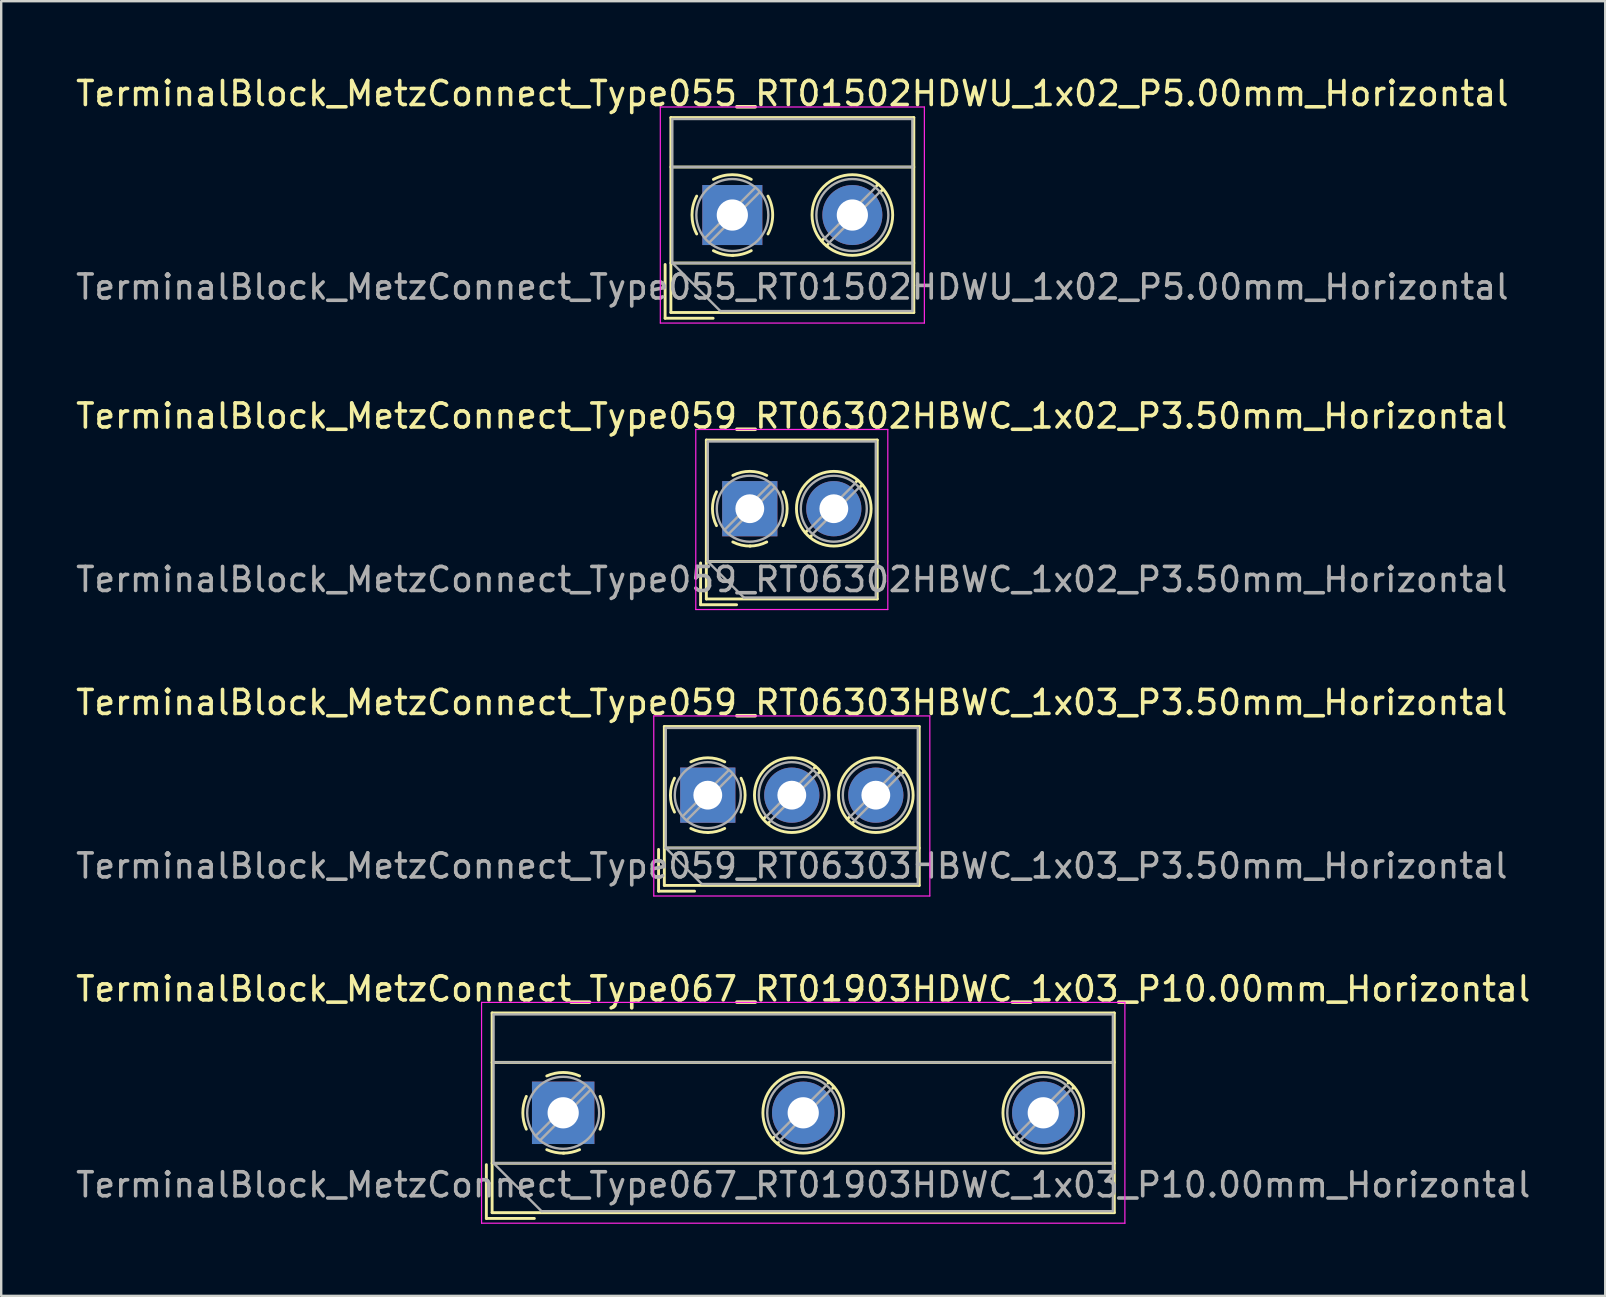
<source format=kicad_pcb>
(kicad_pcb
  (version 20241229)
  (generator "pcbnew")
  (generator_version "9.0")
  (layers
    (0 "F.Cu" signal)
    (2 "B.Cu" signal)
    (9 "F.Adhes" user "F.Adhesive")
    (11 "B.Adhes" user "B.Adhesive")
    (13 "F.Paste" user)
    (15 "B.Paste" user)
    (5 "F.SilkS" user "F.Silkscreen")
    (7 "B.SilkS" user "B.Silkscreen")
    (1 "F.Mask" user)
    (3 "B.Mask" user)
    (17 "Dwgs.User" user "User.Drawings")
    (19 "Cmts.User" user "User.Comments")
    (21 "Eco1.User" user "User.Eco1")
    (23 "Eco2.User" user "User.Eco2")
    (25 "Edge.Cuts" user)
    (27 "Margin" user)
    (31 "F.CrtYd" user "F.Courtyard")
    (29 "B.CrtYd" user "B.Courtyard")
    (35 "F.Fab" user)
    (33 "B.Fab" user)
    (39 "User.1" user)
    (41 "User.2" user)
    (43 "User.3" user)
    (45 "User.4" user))
  (footprint "TerminalBlock_MetzConnect_Type067_RT01903HDWC_1x03_P10.00mm_Horizontal"
    (layer "F.Cu")
    (at 20.411 43.308)
    (property "Reference" "TerminalBlock_MetzConnect_Type067_RT01903HDWC_1x03_P10.00mm_Horizontal" (at 10 -5.16 0) (layer "F.SilkS") (effects (font (size 1 1) (thickness 0.15))))
    (attr through_hole)
    (fp_line (start -3.2 2.16) (end -3.2 4.4) (stroke (width 0.12) (type solid)) (layer "F.SilkS"))
    (fp_line (start -3.2 4.4) (end -1.2 4.4) (stroke (width 0.12) (type solid)) (layer "F.SilkS"))
    (fp_line (start -2.96 -4.16) (end -2.96 4.16) (stroke (width 0.12) (type solid)) (layer "F.SilkS"))
    (fp_line (start -2.96 -4.16) (end 22.96 -4.16) (stroke (width 0.12) (type solid)) (layer "F.SilkS"))
    (fp_line (start -2.96 -2.1) (end 22.96 -2.1) (stroke (width 0.12) (type solid)) (layer "F.SilkS"))
    (fp_line (start -2.96 2.1) (end 22.96 2.1) (stroke (width 0.12) (type solid)) (layer "F.SilkS"))
    (fp_line (start -2.96 4.16) (end 22.96 4.16) (stroke (width 0.12) (type solid)) (layer "F.SilkS"))
    (fp_line (start 8.773 1.023) (end 8.726 1.069) (stroke (width 0.12) (type solid)) (layer "F.SilkS"))
    (fp_line (start 8.966 1.239) (end 8.931 1.274) (stroke (width 0.12) (type solid)) (layer "F.SilkS"))
    (fp_line (start 11.07 -1.275) (end 11.035 -1.239) (stroke (width 0.12) (type solid)) (layer "F.SilkS"))
    (fp_line (start 11.275 -1.069) (end 11.228 -1.023) (stroke (width 0.12) (type solid)) (layer "F.SilkS"))
    (fp_line (start 18.773 1.023) (end 18.726 1.069) (stroke (width 0.12) (type solid)) (layer "F.SilkS"))
    (fp_line (start 18.966 1.239) (end 18.931 1.274) (stroke (width 0.12) (type solid)) (layer "F.SilkS"))
    (fp_line (start 21.07 -1.275) (end 21.035 -1.239) (stroke (width 0.12) (type solid)) (layer "F.SilkS"))
    (fp_line (start 21.275 -1.069) (end 21.228 -1.023) (stroke (width 0.12) (type solid)) (layer "F.SilkS"))
    (fp_line (start 22.96 -4.16) (end 22.96 4.16) (stroke (width 0.12) (type solid)) (layer "F.SilkS"))
    (fp_arc (start -1.535427 0.683042) (mid -1.680501 -0.000524) (end -1.535 -0.684) (stroke (width 0.12) (type solid)) (layer "F.SilkS"))
    (fp_arc (start -0.683042 -1.535427) (mid 0.000524 -1.680501) (end 0.684 -1.535) (stroke (width 0.12) (type solid)) (layer "F.SilkS"))
    (fp_arc (start 0.028805 1.680253) (mid -0.335551 1.646659) (end -0.684 1.535) (stroke (width 0.12) (type solid)) (layer "F.SilkS"))
    (fp_arc (start 0.683318 1.534756) (mid 0.349292 1.643288) (end 0 1.68) (stroke (width 0.12) (type solid)) (layer "F.SilkS"))
    (fp_arc (start 1.535427 -0.683042) (mid 1.680501 0.000524) (end 1.535 0.684) (stroke (width 0.12) (type solid)) (layer "F.SilkS"))
    (fp_circle (center 10 0) (end 11.68 0) (stroke (width 0.12) (type solid)) (fill no) (layer "F.SilkS"))
    (fp_circle (center 20 0) (end 21.68 0) (stroke (width 0.12) (type solid)) (fill no) (layer "F.SilkS"))
    (fp_line (start -3.4 -4.6) (end -3.4 4.6) (stroke (width 0.05) (type solid)) (layer "F.CrtYd"))
    (fp_line (start -3.4 4.6) (end 23.4 4.6) (stroke (width 0.05) (type solid)) (layer "F.CrtYd"))
    (fp_line (start 23.4 -4.6) (end -3.4 -4.6) (stroke (width 0.05) (type solid)) (layer "F.CrtYd"))
    (fp_line (start 23.4 4.6) (end 23.4 -4.6) (stroke (width 0.05) (type solid)) (layer "F.CrtYd"))
    (fp_line (start -2.9 -4.1) (end 22.9 -4.1) (stroke (width 0.1) (type solid)) (layer "F.Fab"))
    (fp_line (start -2.9 -2.1) (end 22.9 -2.1) (stroke (width 0.1) (type solid)) (layer "F.Fab"))
    (fp_line (start -2.9 2.1) (end -2.9 -4.1) (stroke (width 0.1) (type solid)) (layer "F.Fab"))
    (fp_line (start -2.9 2.1) (end 22.9 2.1) (stroke (width 0.1) (type solid)) (layer "F.Fab"))
    (fp_line (start -0.9 4.1) (end -2.9 2.1) (stroke (width 0.1) (type solid)) (layer "F.Fab"))
    (fp_line (start 0.955 -1.138) (end -1.138 0.955) (stroke (width 0.1) (type solid)) (layer "F.Fab"))
    (fp_line (start 1.138 -0.955) (end -0.955 1.138) (stroke (width 0.1) (type solid)) (layer "F.Fab"))
    (fp_line (start 10.955 -1.138) (end 8.863 0.955) (stroke (width 0.1) (type solid)) (layer "F.Fab"))
    (fp_line (start 11.138 -0.955) (end 9.046 1.138) (stroke (width 0.1) (type solid)) (layer "F.Fab"))
    (fp_line (start 20.955 -1.138) (end 18.863 0.955) (stroke (width 0.1) (type solid)) (layer "F.Fab"))
    (fp_line (start 21.138 -0.955) (end 19.046 1.138) (stroke (width 0.1) (type solid)) (layer "F.Fab"))
    (fp_line (start 22.9 -4.1) (end 22.9 4.1) (stroke (width 0.1) (type solid)) (layer "F.Fab"))
    (fp_line (start 22.9 4.1) (end -0.9 4.1) (stroke (width 0.1) (type solid)) (layer "F.Fab"))
    (fp_circle (center 0 0) (end 1.5 0) (stroke (width 0.1) (type solid)) (fill no) (layer "F.Fab"))
    (fp_circle (center 10 0) (end 11.5 0) (stroke (width 0.1) (type solid)) (fill no) (layer "F.Fab"))
    (fp_circle (center 20 0) (end 21.5 0) (stroke (width 0.1) (type solid)) (fill no) (layer "F.Fab"))
    (fp_text user "${REFERENCE}" (at 10 3 0) (layer "F.Fab") (effects (font (size 1 1) (thickness 0.15))))
    (pad "1" thru_hole rect (at 0 0) (size 2.6 2.6) (drill 1.3) (layers "*.Cu" "*.Mask"))
    (pad "2" thru_hole circle (at 10 0) (size 2.6 2.6) (drill 1.3) (layers "*.Cu" "*.Mask"))
    (pad "3" thru_hole circle (at 20 0) (size 2.6 2.6) (drill 1.3) (layers "*.Cu" "*.Mask")))
  (footprint "TerminalBlock_MetzConnect_Type055_RT01502HDWU_1x02_P5.00mm_Horizontal"
    (layer "F.Cu")
    (at 27.458 5.908)
    (property "Reference" "TerminalBlock_MetzConnect_Type055_RT01502HDWU_1x02_P5.00mm_Horizontal" (at 2.5 -5.06 0) (layer "F.SilkS") (effects (font (size 1 1) (thickness 0.15))))
    (attr through_hole)
    (fp_line (start -2.8 2.06) (end -2.8 4.3) (stroke (width 0.12) (type solid)) (layer "F.SilkS"))
    (fp_line (start -2.8 4.3) (end -0.8 4.3) (stroke (width 0.12) (type solid)) (layer "F.SilkS"))
    (fp_line (start -2.56 -4.06) (end -2.56 4.06) (stroke (width 0.12) (type solid)) (layer "F.SilkS"))
    (fp_line (start -2.56 -4.06) (end 7.56 -4.06) (stroke (width 0.12) (type solid)) (layer "F.SilkS"))
    (fp_line (start -2.56 -2) (end 7.56 -2) (stroke (width 0.12) (type solid)) (layer "F.SilkS"))
    (fp_line (start -2.56 2) (end 7.56 2) (stroke (width 0.12) (type solid)) (layer "F.SilkS"))
    (fp_line (start -2.56 4.06) (end 7.56 4.06) (stroke (width 0.12) (type solid)) (layer "F.SilkS"))
    (fp_line (start 3.82 0.976) (end 3.726 1.069) (stroke (width 0.12) (type solid)) (layer "F.SilkS"))
    (fp_line (start 3.99 1.216) (end 3.931 1.274) (stroke (width 0.12) (type solid)) (layer "F.SilkS"))
    (fp_line (start 6.07 -1.275) (end 6.011 -1.216) (stroke (width 0.12) (type solid)) (layer "F.SilkS"))
    (fp_line (start 6.275 -1.069) (end 6.181 -0.976) (stroke (width 0.12) (type solid)) (layer "F.SilkS"))
    (fp_line (start 7.56 -4.06) (end 7.56 4.06) (stroke (width 0.12) (type solid)) (layer "F.SilkS"))
    (fp_arc (start -1.483953 0.789089) (mid -1.680708 0.00005) (end -1.484 -0.789) (stroke (width 0.12) (type solid)) (layer "F.SilkS"))
    (fp_arc (start -0.789089 -1.483953) (mid -0.00005 -1.680708) (end 0.789 -1.484) (stroke (width 0.12) (type solid)) (layer "F.SilkS"))
    (fp_arc (start 0.029383 1.68045) (mid -0.392304 1.634281) (end -0.789 1.484) (stroke (width 0.12) (type solid)) (layer "F.SilkS"))
    (fp_arc (start 0.788712 1.483352) (mid 0.406429 1.630097) (end 0 1.68) (stroke (width 0.12) (type solid)) (layer "F.SilkS"))
    (fp_arc (start 1.483953 -0.789089) (mid 1.680708 -0.00005) (end 1.484 0.789) (stroke (width 0.12) (type solid)) (layer "F.SilkS"))
    (fp_circle (center 5 0) (end 6.68 0) (stroke (width 0.12) (type solid)) (fill no) (layer "F.SilkS"))
    (fp_line (start -3 -4.5) (end -3 4.5) (stroke (width 0.05) (type solid)) (layer "F.CrtYd"))
    (fp_line (start -3 4.5) (end 8 4.5) (stroke (width 0.05) (type solid)) (layer "F.CrtYd"))
    (fp_line (start 8 -4.5) (end -3 -4.5) (stroke (width 0.05) (type solid)) (layer "F.CrtYd"))
    (fp_line (start 8 4.5) (end 8 -4.5) (stroke (width 0.05) (type solid)) (layer "F.CrtYd"))
    (fp_line (start -2.5 -4) (end 7.5 -4) (stroke (width 0.1) (type solid)) (layer "F.Fab"))
    (fp_line (start -2.5 -2) (end 7.5 -2) (stroke (width 0.1) (type solid)) (layer "F.Fab"))
    (fp_line (start -2.5 2) (end -2.5 -4) (stroke (width 0.1) (type solid)) (layer "F.Fab"))
    (fp_line (start -2.5 2) (end 7.5 2) (stroke (width 0.1) (type solid)) (layer "F.Fab"))
    (fp_line (start -0.5 4) (end -2.5 2) (stroke (width 0.1) (type solid)) (layer "F.Fab"))
    (fp_line (start 0.955 -1.138) (end -1.138 0.955) (stroke (width 0.1) (type solid)) (layer "F.Fab"))
    (fp_line (start 1.138 -0.955) (end -0.955 1.138) (stroke (width 0.1) (type solid)) (layer "F.Fab"))
    (fp_line (start 5.955 -1.138) (end 3.863 0.955) (stroke (width 0.1) (type solid)) (layer "F.Fab"))
    (fp_line (start 6.138 -0.955) (end 4.046 1.138) (stroke (width 0.1) (type solid)) (layer "F.Fab"))
    (fp_line (start 7.5 -4) (end 7.5 4) (stroke (width 0.1) (type solid)) (layer "F.Fab"))
    (fp_line (start 7.5 4) (end -0.5 4) (stroke (width 0.1) (type solid)) (layer "F.Fab"))
    (fp_circle (center 0 0) (end 1.5 0) (stroke (width 0.1) (type solid)) (fill no) (layer "F.Fab"))
    (fp_circle (center 5 0) (end 6.5 0) (stroke (width 0.1) (type solid)) (fill no) (layer "F.Fab"))
    (fp_text user "${REFERENCE}" (at 2.5 3 0) (layer "F.Fab") (effects (font (size 1 1) (thickness 0.15))))
    (pad "1" thru_hole rect (at 0 0) (size 2.5 2.5) (drill 1.3) (layers "*.Cu" "*.Mask"))
    (pad "2" thru_hole circle (at 5 0) (size 2.5 2.5) (drill 1.3) (layers "*.Cu" "*.Mask")))
  (footprint "TerminalBlock_MetzConnect_Type059_RT06302HBWC_1x02_P3.50mm_Horizontal"
    (layer "F.Cu")
    (at 28.185 18.142)
    (property "Reference" "TerminalBlock_MetzConnect_Type059_RT06302HBWC_1x02_P3.50mm_Horizontal" (at 1.75 -3.86 0) (layer "F.SilkS") (effects (font (size 1 1) (thickness 0.15))))
    (attr through_hole)
    (fp_line (start -2.05 2.26) (end -2.05 4) (stroke (width 0.12) (type solid)) (layer "F.SilkS"))
    (fp_line (start -2.05 4) (end -0.55 4) (stroke (width 0.12) (type solid)) (layer "F.SilkS"))
    (fp_line (start -1.81 -2.86) (end -1.81 3.76) (stroke (width 0.12) (type solid)) (layer "F.SilkS"))
    (fp_line (start -1.81 -2.86) (end 5.31 -2.86) (stroke (width 0.12) (type solid)) (layer "F.SilkS"))
    (fp_line (start -1.81 2.2) (end 5.31 2.2) (stroke (width 0.12) (type solid)) (layer "F.SilkS"))
    (fp_line (start -1.81 3.76) (end 5.31 3.76) (stroke (width 0.12) (type solid)) (layer "F.SilkS"))
    (fp_line (start 2.397 0.914) (end 2.321 0.99) (stroke (width 0.12) (type solid)) (layer "F.SilkS"))
    (fp_line (start 2.565 1.125) (end 2.511 1.18) (stroke (width 0.12) (type solid)) (layer "F.SilkS"))
    (fp_line (start 4.49 -1.18) (end 4.436 -1.126) (stroke (width 0.12) (type solid)) (layer "F.SilkS"))
    (fp_line (start 4.68 -0.99) (end 4.604 -0.914) (stroke (width 0.12) (type solid)) (layer "F.SilkS"))
    (fp_line (start 5.31 -2.86) (end 5.31 3.76) (stroke (width 0.12) (type solid)) (layer "F.SilkS"))
    (fp_arc (start -1.386645 0.705733) (mid -1.555906 -0.000711) (end -1.386 -0.707) (stroke (width 0.12) (type solid)) (layer "F.SilkS"))
    (fp_arc (start -0.705733 -1.386645) (mid 0.000711 -1.555906) (end 0.707 -1.386) (stroke (width 0.12) (type solid)) (layer "F.SilkS"))
    (fp_arc (start 0.026444 1.555682) (mid -0.350695 1.515869) (end -0.707 1.386) (stroke (width 0.12) (type solid)) (layer "F.SilkS"))
    (fp_arc (start 0.705955 1.385515) (mid 0.363007 1.512035) (end 0 1.555) (stroke (width 0.12) (type solid)) (layer "F.SilkS"))
    (fp_arc (start 1.386645 -0.705733) (mid 1.555906 0.000711) (end 1.386 0.707) (stroke (width 0.12) (type solid)) (layer "F.SilkS"))
    (fp_circle (center 3.5 0) (end 5.055 0) (stroke (width 0.12) (type solid)) (fill no) (layer "F.SilkS"))
    (fp_line (start -2.25 -3.3) (end -2.25 4.2) (stroke (width 0.05) (type solid)) (layer "F.CrtYd"))
    (fp_line (start -2.25 4.2) (end 5.75 4.2) (stroke (width 0.05) (type solid)) (layer "F.CrtYd"))
    (fp_line (start 5.75 -3.3) (end -2.25 -3.3) (stroke (width 0.05) (type solid)) (layer "F.CrtYd"))
    (fp_line (start 5.75 4.2) (end 5.75 -3.3) (stroke (width 0.05) (type solid)) (layer "F.CrtYd"))
    (fp_line (start -1.75 -2.8) (end 5.25 -2.8) (stroke (width 0.1) (type solid)) (layer "F.Fab"))
    (fp_line (start -1.75 2.2) (end -1.75 -2.8) (stroke (width 0.1) (type solid)) (layer "F.Fab"))
    (fp_line (start -1.75 2.2) (end 5.25 2.2) (stroke (width 0.1) (type solid)) (layer "F.Fab"))
    (fp_line (start -0.25 3.7) (end -1.75 2.2) (stroke (width 0.1) (type solid)) (layer "F.Fab"))
    (fp_line (start 0.876 -1.043) (end -1.043 0.875) (stroke (width 0.1) (type solid)) (layer "F.Fab"))
    (fp_line (start 1.043 -0.875) (end -0.876 1.043) (stroke (width 0.1) (type solid)) (layer "F.Fab"))
    (fp_line (start 4.376 -1.043) (end 2.458 0.875) (stroke (width 0.1) (type solid)) (layer "F.Fab"))
    (fp_line (start 4.543 -0.875) (end 2.625 1.043) (stroke (width 0.1) (type solid)) (layer "F.Fab"))
    (fp_line (start 5.25 -2.8) (end 5.25 3.7) (stroke (width 0.1) (type solid)) (layer "F.Fab"))
    (fp_line (start 5.25 3.7) (end -0.25 3.7) (stroke (width 0.1) (type solid)) (layer "F.Fab"))
    (fp_circle (center 0 0) (end 1.375 0) (stroke (width 0.1) (type solid)) (fill no) (layer "F.Fab"))
    (fp_circle (center 3.5 0) (end 4.875 0) (stroke (width 0.1) (type solid)) (fill no) (layer "F.Fab"))
    (fp_text user "${REFERENCE}" (at 1.75 2.95 0) (layer "F.Fab") (effects (font (size 1 1) (thickness 0.15))))
    (pad "1" thru_hole rect (at 0 0) (size 2.3 2.3) (drill 1.2) (layers "*.Cu" "*.Mask"))
    (pad "2" thru_hole circle (at 3.5 0) (size 2.3 2.3) (drill 1.2) (layers "*.Cu" "*.Mask")))
  (footprint "TerminalBlock_MetzConnect_Type059_RT06303HBWC_1x03_P3.50mm_Horizontal"
    (layer "F.Cu")
    (at 26.435 30.075)
    (property "Reference" "TerminalBlock_MetzConnect_Type059_RT06303HBWC_1x03_P3.50mm_Horizontal" (at 3.5 -3.86 0) (layer "F.SilkS") (effects (font (size 1 1) (thickness 0.15))))
    (attr through_hole)
    (fp_line (start -2.05 2.26) (end -2.05 4) (stroke (width 0.12) (type solid)) (layer "F.SilkS"))
    (fp_line (start -2.05 4) (end -0.55 4) (stroke (width 0.12) (type solid)) (layer "F.SilkS"))
    (fp_line (start -1.81 -2.86) (end -1.81 3.76) (stroke (width 0.12) (type solid)) (layer "F.SilkS"))
    (fp_line (start -1.81 -2.86) (end 8.81 -2.86) (stroke (width 0.12) (type solid)) (layer "F.SilkS"))
    (fp_line (start -1.81 2.2) (end 8.81 2.2) (stroke (width 0.12) (type solid)) (layer "F.SilkS"))
    (fp_line (start -1.81 3.76) (end 8.81 3.76) (stroke (width 0.12) (type solid)) (layer "F.SilkS"))
    (fp_line (start 2.397 0.914) (end 2.321 0.99) (stroke (width 0.12) (type solid)) (layer "F.SilkS"))
    (fp_line (start 2.565 1.125) (end 2.511 1.18) (stroke (width 0.12) (type solid)) (layer "F.SilkS"))
    (fp_line (start 4.49 -1.18) (end 4.436 -1.126) (stroke (width 0.12) (type solid)) (layer "F.SilkS"))
    (fp_line (start 4.68 -0.99) (end 4.604 -0.914) (stroke (width 0.12) (type solid)) (layer "F.SilkS"))
    (fp_line (start 5.897 0.914) (end 5.821 0.99) (stroke (width 0.12) (type solid)) (layer "F.SilkS"))
    (fp_line (start 6.065 1.125) (end 6.011 1.18) (stroke (width 0.12) (type solid)) (layer "F.SilkS"))
    (fp_line (start 7.99 -1.18) (end 7.936 -1.126) (stroke (width 0.12) (type solid)) (layer "F.SilkS"))
    (fp_line (start 8.18 -0.99) (end 8.104 -0.914) (stroke (width 0.12) (type solid)) (layer "F.SilkS"))
    (fp_line (start 8.81 -2.86) (end 8.81 3.76) (stroke (width 0.12) (type solid)) (layer "F.SilkS"))
    (fp_arc (start -1.386645 0.705733) (mid -1.555906 -0.000711) (end -1.386 -0.707) (stroke (width 0.12) (type solid)) (layer "F.SilkS"))
    (fp_arc (start -0.705733 -1.386645) (mid 0.000711 -1.555906) (end 0.707 -1.386) (stroke (width 0.12) (type solid)) (layer "F.SilkS"))
    (fp_arc (start 0.026444 1.555682) (mid -0.350695 1.515869) (end -0.707 1.386) (stroke (width 0.12) (type solid)) (layer "F.SilkS"))
    (fp_arc (start 0.705955 1.385515) (mid 0.363007 1.512035) (end 0 1.555) (stroke (width 0.12) (type solid)) (layer "F.SilkS"))
    (fp_arc (start 1.386645 -0.705733) (mid 1.555906 0.000711) (end 1.386 0.707) (stroke (width 0.12) (type solid)) (layer "F.SilkS"))
    (fp_circle (center 3.5 0) (end 5.055 0) (stroke (width 0.12) (type solid)) (fill no) (layer "F.SilkS"))
    (fp_circle (center 7 0) (end 8.555 0) (stroke (width 0.12) (type solid)) (fill no) (layer "F.SilkS"))
    (fp_line (start -2.25 -3.3) (end -2.25 4.2) (stroke (width 0.05) (type solid)) (layer "F.CrtYd"))
    (fp_line (start -2.25 4.2) (end 9.25 4.2) (stroke (width 0.05) (type solid)) (layer "F.CrtYd"))
    (fp_line (start 9.25 -3.3) (end -2.25 -3.3) (stroke (width 0.05) (type solid)) (layer "F.CrtYd"))
    (fp_line (start 9.25 4.2) (end 9.25 -3.3) (stroke (width 0.05) (type solid)) (layer "F.CrtYd"))
    (fp_line (start -1.75 -2.8) (end 8.75 -2.8) (stroke (width 0.1) (type solid)) (layer "F.Fab"))
    (fp_line (start -1.75 2.2) (end -1.75 -2.8) (stroke (width 0.1) (type solid)) (layer "F.Fab"))
    (fp_line (start -1.75 2.2) (end 8.75 2.2) (stroke (width 0.1) (type solid)) (layer "F.Fab"))
    (fp_line (start -0.25 3.7) (end -1.75 2.2) (stroke (width 0.1) (type solid)) (layer "F.Fab"))
    (fp_line (start 0.876 -1.043) (end -1.043 0.875) (stroke (width 0.1) (type solid)) (layer "F.Fab"))
    (fp_line (start 1.043 -0.875) (end -0.876 1.043) (stroke (width 0.1) (type solid)) (layer "F.Fab"))
    (fp_line (start 4.376 -1.043) (end 2.458 0.875) (stroke (width 0.1) (type solid)) (layer "F.Fab"))
    (fp_line (start 4.543 -0.875) (end 2.625 1.043) (stroke (width 0.1) (type solid)) (layer "F.Fab"))
    (fp_line (start 7.876 -1.043) (end 5.958 0.875) (stroke (width 0.1) (type solid)) (layer "F.Fab"))
    (fp_line (start 8.043 -0.875) (end 6.125 1.043) (stroke (width 0.1) (type solid)) (layer "F.Fab"))
    (fp_line (start 8.75 -2.8) (end 8.75 3.7) (stroke (width 0.1) (type solid)) (layer "F.Fab"))
    (fp_line (start 8.75 3.7) (end -0.25 3.7) (stroke (width 0.1) (type solid)) (layer "F.Fab"))
    (fp_circle (center 0 0) (end 1.375 0) (stroke (width 0.1) (type solid)) (fill no) (layer "F.Fab"))
    (fp_circle (center 3.5 0) (end 4.875 0) (stroke (width 0.1) (type solid)) (fill no) (layer "F.Fab"))
    (fp_circle (center 7 0) (end 8.375 0) (stroke (width 0.1) (type solid)) (fill no) (layer "F.Fab"))
    (fp_text user "${REFERENCE}" (at 3.5 2.95 0) (layer "F.Fab") (effects (font (size 1 1) (thickness 0.15))))
    (pad "1" thru_hole rect (at 0 0) (size 2.3 2.3) (drill 1.2) (layers "*.Cu" "*.Mask"))
    (pad "2" thru_hole circle (at 3.5 0) (size 2.3 2.3) (drill 1.2) (layers "*.Cu" "*.Mask"))
    (pad "3" thru_hole circle (at 7 0) (size 2.3 2.3) (drill 1.2) (layers "*.Cu" "*.Mask")))
  (gr_rect
    (start -3 -3)
    (end 63.821 50.933)
    (stroke (width 0.1) (type default))
    (fill no)
    (layer "Edge.Cuts")))
</source>
